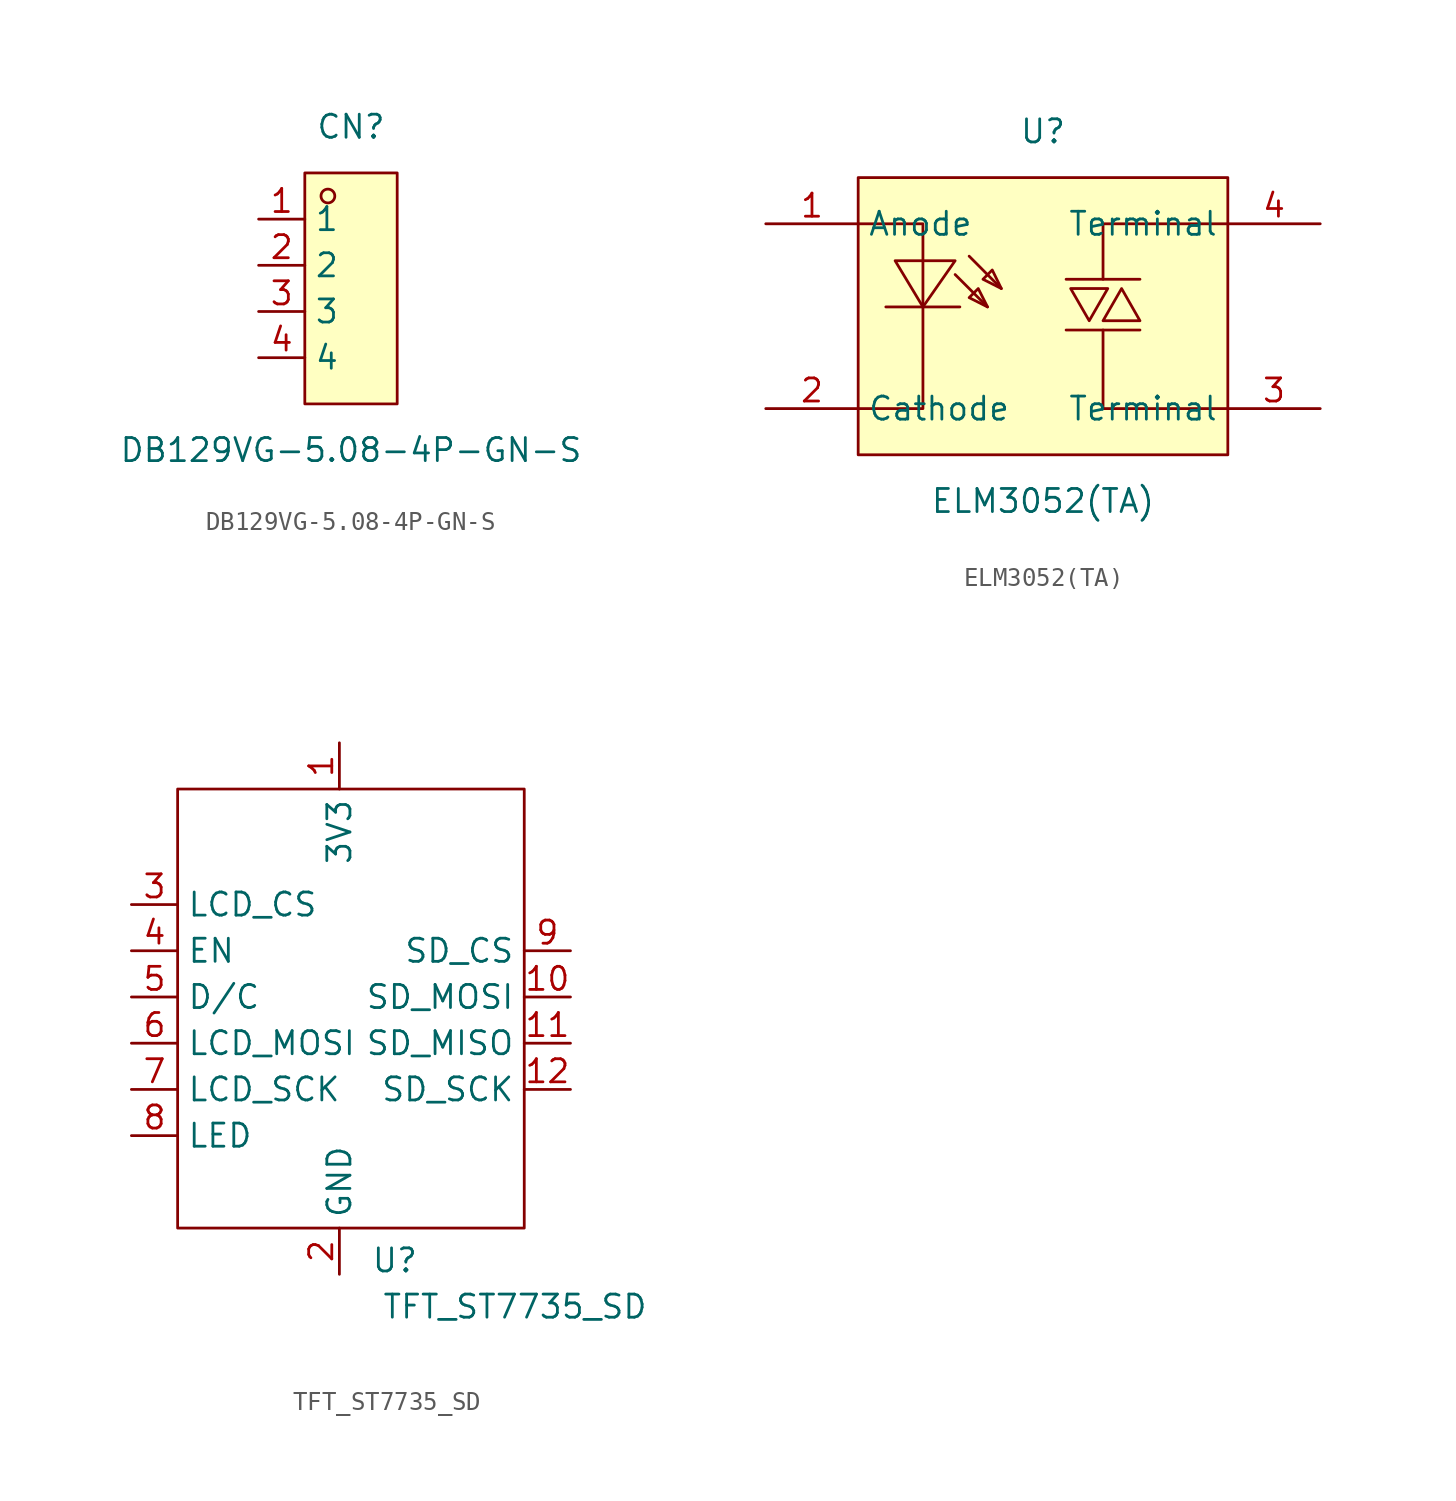
<source format=kicad_sym>
(kicad_symbol_lib
  (version 20231120)
  (generator "kicad_symbol_editor")
  (generator_version "8.0")
  (symbol "DB129VG-5.08-4P-GN-S"
    (property "Reference" "CN"
      (at 0 8.89 0)
      (effects (font (size 1.27 1.27))))
    (property "Value" "DB129VG-5.08-4P-GN-S"
      (at 0 -8.89 0)
      (effects (font (size 1.27 1.27))))
    (symbol "DB129VG-5.08-4P-GN-S_0_1"
      (rectangle (start -2.54 6.35) (end 2.54 -6.35) (stroke (width 0) (type default)) (fill (type background)))
      (circle (center -1.27 5.08) (radius 0.38) (stroke (width 0) (type default)) (fill (type none)))
      (pin unspecified line (at -5.08 3.81 0) (length 2.54) (name "1" (effects (font (size 1.27 1.27)))) (number "1" (effects (font (size 1.27 1.27)))))
      (pin unspecified line (at -5.08 1.27 0) (length 2.54) (name "2" (effects (font (size 1.27 1.27)))) (number "2" (effects (font (size 1.27 1.27)))))
      (pin unspecified line (at -5.08 -1.27 0) (length 2.54) (name "3" (effects (font (size 1.27 1.27)))) (number "3" (effects (font (size 1.27 1.27)))))
      (pin unspecified line (at -5.08 -3.81 0) (length 2.54) (name "4" (effects (font (size 1.27 1.27)))) (number "4" (effects (font (size 1.27 1.27)))))))
  (symbol "ELM3052(TA)"
    (property "Reference" "U"
      (at 0 10.16 0)
      (effects (font (size 1.27 1.27))))
    (property "Value" "ELM3052(TA)"
      (at 0 -10.16 0)
      (effects (font (size 1.27 1.27))))
    (symbol "ELM3052(TA)_0_1"
      (rectangle (start -10.16 7.62) (end 10.16 -7.62) (stroke (width 0) (type default)) (fill (type background)))
      (polyline (pts (xy -4.83 2.29) (xy -3.05 0.51)) (stroke (width 0) (type default)) (fill (type none)))
      (polyline (pts (xy -4.57 0.51) (xy -8.64 0.51)) (stroke (width 0) (type default)) (fill (type none)))
      (polyline (pts (xy -4.06 3.3) (xy -2.29 1.52)) (stroke (width 0) (type default)) (fill (type none)))
      (polyline (pts (xy 1.27 -0.76) (xy 5.33 -0.76)) (stroke (width 0) (type default)) (fill (type none)))
      (polyline (pts (xy 1.27 2.03) (xy 5.33 2.03)) (stroke (width 0) (type default)) (fill (type none)))
      (polyline (pts (xy 3.3 -0.76) (xy 3.3 -5.08) (xy 10.16 -5.08)) (stroke (width 0) (type default)) (fill (type none)))
      (polyline (pts (xy 10.16 5.08) (xy 3.3 5.08) (xy 3.3 2.03)) (stroke (width 0) (type default)) (fill (type none)))
      (polyline (pts (xy -10.16 5.08) (xy -6.6 5.08) (xy -6.6 -5.08) (xy -10.16 -5.08)) (stroke (width 0) (type default)) (fill (type none)))
      (polyline (pts (xy -8.13 3.05) (xy -6.6 0.51) (xy -4.83 3.05) (xy -8.13 3.05)) (stroke (width 0) (type default)) (fill (type background)))
      (polyline (pts (xy -3.05 0.51) (xy -3.56 1.52) (xy -4.06 1.02) (xy -3.05 0.51)) (stroke (width 0) (type default)) (fill (type background)))
      (polyline (pts (xy -2.29 1.52) (xy -2.79 2.54) (xy -3.3 2.03) (xy -2.29 1.52)) (stroke (width 0) (type default)) (fill (type background)))
      (polyline (pts (xy 1.52 1.52) (xy 2.54 -0.25) (xy 3.56 1.52) (xy 1.52 1.52)) (stroke (width 0) (type default)) (fill (type background)))
      (polyline (pts (xy 5.33 -0.25) (xy 4.32 1.52) (xy 3.3 -0.25) (xy 5.33 -0.25)) (stroke (width 0) (type default)) (fill (type background)))
      (pin unspecified line (at -15.24 5.08 0) (length 5.08) (name "Anode" (effects (font (size 1.27 1.27)))) (number "1" (effects (font (size 1.27 1.27)))))
      (pin unspecified line (at -15.24 -5.08 0) (length 5.08) (name "Cathode" (effects (font (size 1.27 1.27)))) (number "2" (effects (font (size 1.27 1.27)))))
      (pin unspecified line (at 15.24 -5.08 180) (length 5.08) (name "Terminal" (effects (font (size 1.27 1.27)))) (number "3" (effects (font (size 1.27 1.27)))))
      (pin unspecified line (at 15.24 5.08 180) (length 5.08) (name "Terminal" (effects (font (size 1.27 1.27)))) (number "4" (effects (font (size 1.27 1.27)))))))
  (symbol "TFT_ST7735_SD"
    (property "Reference" "U"
      (at 6.858 -15.748 0)
      (effects (font (size 1.27 1.27))))
    (property "Value" "TFT_ST7735_SD"
      (at 13.462 -18.288 0)
      (effects (font (size 1.27 1.27))))
    (symbol "TFT_ST7735_SD_0_1"
      (rectangle (start -5.08 10.16) (end 13.97 -13.97) (stroke (width 0) (type default)) (fill (type none))))
    (symbol "TFT_ST7735_SD_1_1"
      (pin power_in line (at 3.81 12.7 270) (length 2.54) (name "3V3" (effects (font (size 1.27 1.27)))) (number "1" (effects (font (size 1.27 1.27)))))
      (pin input line (at 16.51 -1.27 180) (length 2.54) (name "SD_MOSI" (effects (font (size 1.27 1.27)))) (number "10" (effects (font (size 1.27 1.27)))))
      (pin output line (at 16.51 -3.81 180) (length 2.54) (name "SD_MISO" (effects (font (size 1.27 1.27)))) (number "11" (effects (font (size 1.27 1.27)))))
      (pin input line (at 16.51 -6.35 180) (length 2.54) (name "SD_SCK" (effects (font (size 1.27 1.27)))) (number "12" (effects (font (size 1.27 1.27)))))
      (pin power_in line (at 3.81 -16.51 90) (length 2.54) (name "GND" (effects (font (size 1.27 1.27)))) (number "2" (effects (font (size 1.27 1.27)))))
      (pin input line (at -7.62 3.81 0) (length 2.54) (name "LCD_CS" (effects (font (size 1.27 1.27)))) (number "3" (effects (font (size 1.27 1.27)))))
      (pin input line (at -7.62 1.27 0) (length 2.54) (name "EN" (effects (font (size 1.27 1.27)))) (number "4" (effects (font (size 1.27 1.27)))))
      (pin input line (at -7.62 -1.27 0) (length 2.54) (name "D/C" (effects (font (size 1.27 1.27)))) (number "5" (effects (font (size 1.27 1.27)))))
      (pin input line (at -7.62 -3.81 0) (length 2.54) (name "LCD_MOSI" (effects (font (size 1.27 1.27)))) (number "6" (effects (font (size 1.27 1.27)))))
      (pin input line (at -7.62 -6.35 0) (length 2.54) (name "LCD_SCK" (effects (font (size 1.27 1.27)))) (number "7" (effects (font (size 1.27 1.27)))))
      (pin power_in line (at -7.62 -8.89 0) (length 2.54) (name "LED" (effects (font (size 1.27 1.27)))) (number "8" (effects (font (size 1.27 1.27)))))
      (pin input line (at 16.51 1.27 180) (length 2.54) (name "SD_CS" (effects (font (size 1.27 1.27)))) (number "9" (effects (font (size 1.27 1.27))))))))
</source>
